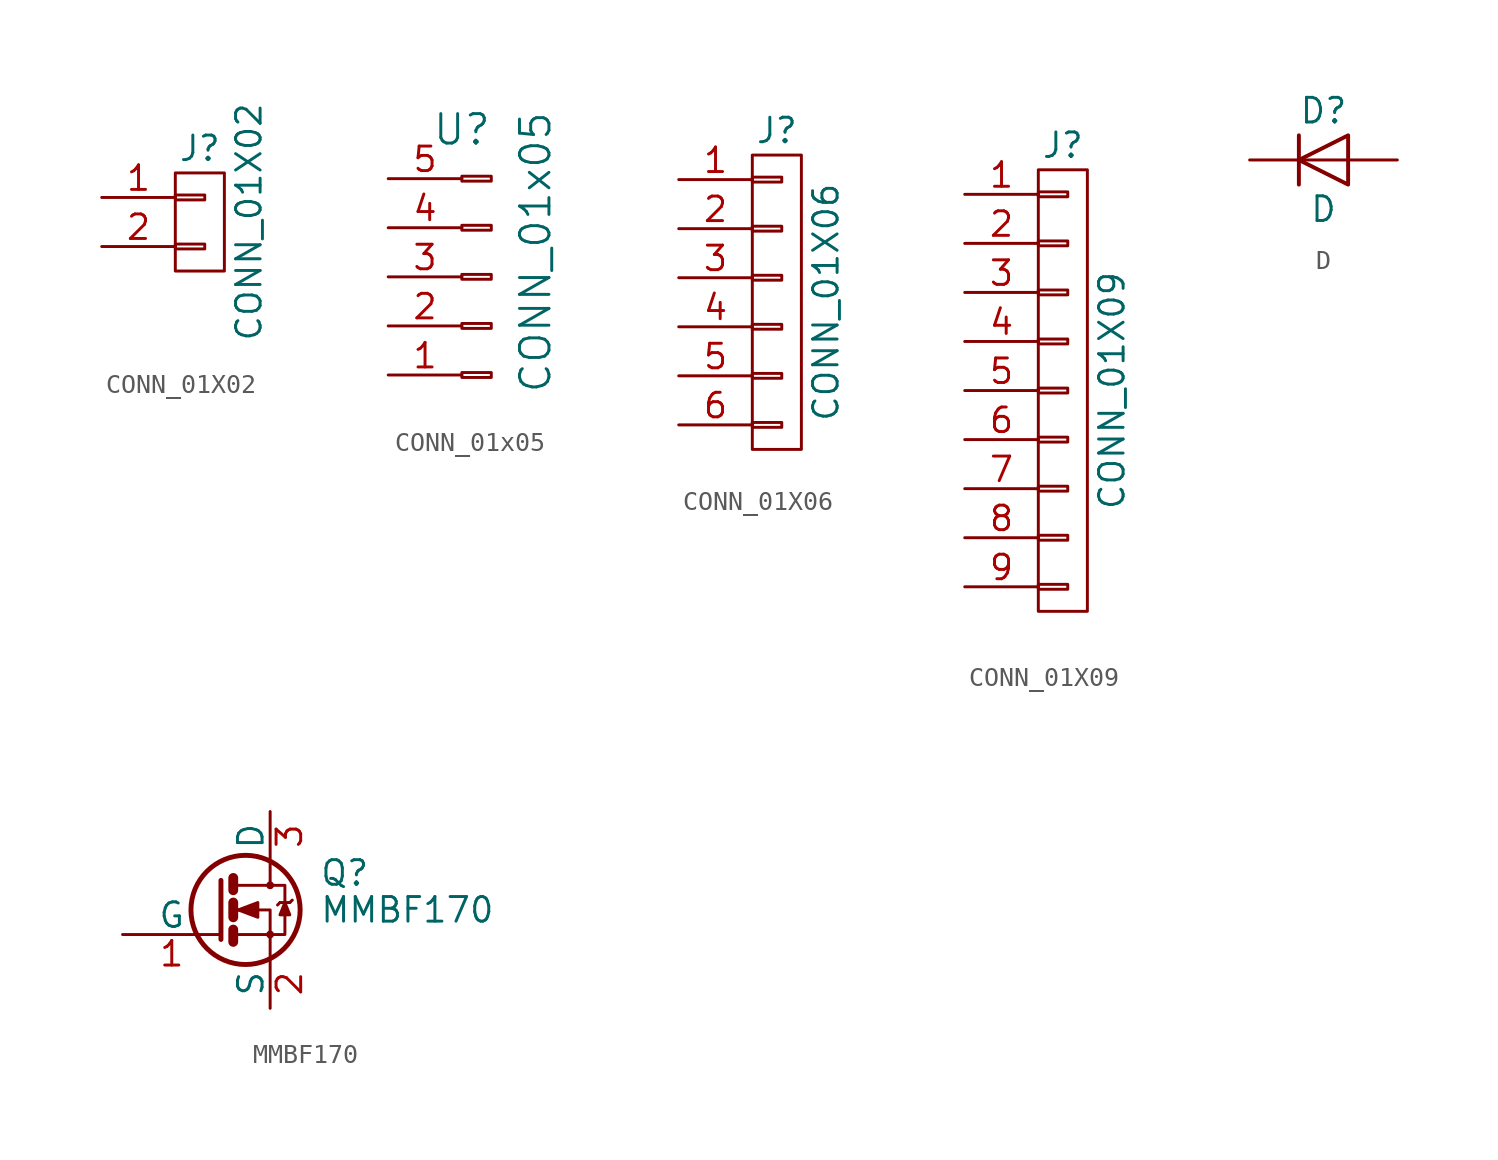
<source format=kicad_sym>
(kicad_symbol_lib
  (version 20211014)
  (generator kicad_symbol_editor)
  (symbol "CONN_01X02"
    (pin_names
      (offset 1.016) hide)
    (property "Reference" "J"
      (at 0 3.81 0)
      (effects (font (size 1.27 1.27))))
    (property "Value" "CONN_01X02"
      (at 2.54 0 90)
      (effects (font (size 1.27 1.27))))
    (symbol "CONN_01X02_0_1"
      (rectangle (start -1.27 -1.143) (end 0.254 -1.397) (stroke (width 0) (type default) (color 0 0 0 0)) (fill (type none)))
      (rectangle (start -1.27 1.397) (end 0.254 1.143) (stroke (width 0) (type default) (color 0 0 0 0)) (fill (type none)))
      (rectangle (start -1.27 2.54) (end 1.27 -2.54) (stroke (width 0) (type default) (color 0 0 0 0)) (fill (type none))))
    (symbol "CONN_01X02_1_1"
      (pin passive line (at -5.08 1.27 0) (length 3.81) (name "P1" (effects (font (size 1.27 1.27)))) (number "1" (effects (font (size 1.27 1.27)))))
      (pin passive line (at -5.08 -1.27 0) (length 3.81) (name "P2" (effects (font (size 1.27 1.27)))) (number "2" (effects (font (size 1.27 1.27)))))))
  (symbol "CONN_01x05"
    (pin_names
      (offset 1.016))
    (property "Reference" "U"
      (at 0 2.54 0)
      (effects (font (size 1.524 1.524))))
    (property "Value" "CONN_01x05"
      (at 3.81 -3.81 90)
      (effects (font (size 1.524 1.524))))
    (symbol "CONN_01x05_1_1"
      (rectangle (start 0 -10.033) (end 1.524 -10.287) (stroke (width 0) (type default) (color 0 0 0 0)) (fill (type none)))
      (rectangle (start 0 -7.493) (end 1.524 -7.747) (stroke (width 0) (type default) (color 0 0 0 0)) (fill (type none)))
      (rectangle (start 0 -4.953) (end 1.524 -5.207) (stroke (width 0) (type default) (color 0 0 0 0)) (fill (type none)))
      (rectangle (start 0 -2.413) (end 1.524 -2.667) (stroke (width 0) (type default) (color 0 0 0 0)) (fill (type none)))
      (rectangle (start 0 0.127) (end 1.524 -0.127) (stroke (width 0) (type default) (color 0 0 0 0)) (fill (type none)))
      (pin passive line (at -3.81 -10.16 0) (length 3.81) (name "~" (effects (font (size 1.27 1.27)))) (number "1" (effects (font (size 1.27 1.27)))))
      (pin passive line (at -3.81 -7.62 0) (length 3.81) (name "~" (effects (font (size 1.27 1.27)))) (number "2" (effects (font (size 1.27 1.27)))))
      (pin passive line (at -3.81 -5.08 0) (length 3.81) (name "~" (effects (font (size 1.27 1.27)))) (number "3" (effects (font (size 1.27 1.27)))))
      (pin passive line (at -3.81 -2.54 0) (length 3.81) (name "~" (effects (font (size 1.27 1.27)))) (number "4" (effects (font (size 1.27 1.27)))))
      (pin passive line (at -3.81 0 0) (length 3.81) (name "~" (effects (font (size 1.27 1.27)))) (number "5" (effects (font (size 1.27 1.27)))))))
  (symbol "CONN_01X06"
    (pin_names
      (offset 1.016) hide)
    (property "Reference" "J"
      (at 0 8.89 0)
      (effects (font (size 1.27 1.27))))
    (property "Value" "CONN_01X06"
      (at 2.54 0 90)
      (effects (font (size 1.27 1.27))))
    (symbol "CONN_01X06_0_1"
      (rectangle (start -1.27 -6.223) (end 0.254 -6.477) (stroke (width 0) (type default) (color 0 0 0 0)) (fill (type none)))
      (rectangle (start -1.27 -3.683) (end 0.254 -3.937) (stroke (width 0) (type default) (color 0 0 0 0)) (fill (type none)))
      (rectangle (start -1.27 -1.143) (end 0.254 -1.397) (stroke (width 0) (type default) (color 0 0 0 0)) (fill (type none)))
      (rectangle (start -1.27 1.397) (end 0.254 1.143) (stroke (width 0) (type default) (color 0 0 0 0)) (fill (type none)))
      (rectangle (start -1.27 3.937) (end 0.254 3.683) (stroke (width 0) (type default) (color 0 0 0 0)) (fill (type none)))
      (rectangle (start -1.27 6.477) (end 0.254 6.223) (stroke (width 0) (type default) (color 0 0 0 0)) (fill (type none)))
      (rectangle (start -1.27 7.62) (end 1.27 -7.62) (stroke (width 0) (type default) (color 0 0 0 0)) (fill (type none))))
    (symbol "CONN_01X06_1_1"
      (pin passive line (at -5.08 6.35 0) (length 3.81) (name "P1" (effects (font (size 1.27 1.27)))) (number "1" (effects (font (size 1.27 1.27)))))
      (pin passive line (at -5.08 3.81 0) (length 3.81) (name "P2" (effects (font (size 1.27 1.27)))) (number "2" (effects (font (size 1.27 1.27)))))
      (pin passive line (at -5.08 1.27 0) (length 3.81) (name "P3" (effects (font (size 1.27 1.27)))) (number "3" (effects (font (size 1.27 1.27)))))
      (pin passive line (at -5.08 -1.27 0) (length 3.81) (name "P4" (effects (font (size 1.27 1.27)))) (number "4" (effects (font (size 1.27 1.27)))))
      (pin passive line (at -5.08 -3.81 0) (length 3.81) (name "P5" (effects (font (size 1.27 1.27)))) (number "5" (effects (font (size 1.27 1.27)))))
      (pin passive line (at -5.08 -6.35 0) (length 3.81) (name "P6" (effects (font (size 1.27 1.27)))) (number "6" (effects (font (size 1.27 1.27)))))))
  (symbol "CONN_01X09"
    (pin_names
      (offset 1.016) hide)
    (property "Reference" "J"
      (at 0 12.7 0)
      (effects (font (size 1.27 1.27))))
    (property "Value" "CONN_01X09"
      (at 2.54 0 90)
      (effects (font (size 1.27 1.27))))
    (symbol "CONN_01X09_0_1"
      (rectangle (start -1.27 -10.033) (end 0.254 -10.287) (stroke (width 0) (type default) (color 0 0 0 0)) (fill (type none)))
      (rectangle (start -1.27 -7.493) (end 0.254 -7.747) (stroke (width 0) (type default) (color 0 0 0 0)) (fill (type none)))
      (rectangle (start -1.27 -4.953) (end 0.254 -5.207) (stroke (width 0) (type default) (color 0 0 0 0)) (fill (type none)))
      (rectangle (start -1.27 -2.413) (end 0.254 -2.667) (stroke (width 0) (type default) (color 0 0 0 0)) (fill (type none)))
      (rectangle (start -1.27 0.127) (end 0.254 -0.127) (stroke (width 0) (type default) (color 0 0 0 0)) (fill (type none)))
      (rectangle (start -1.27 2.667) (end 0.254 2.413) (stroke (width 0) (type default) (color 0 0 0 0)) (fill (type none)))
      (rectangle (start -1.27 5.207) (end 0.254 4.953) (stroke (width 0) (type default) (color 0 0 0 0)) (fill (type none)))
      (rectangle (start -1.27 7.747) (end 0.254 7.493) (stroke (width 0) (type default) (color 0 0 0 0)) (fill (type none)))
      (rectangle (start -1.27 10.287) (end 0.254 10.033) (stroke (width 0) (type default) (color 0 0 0 0)) (fill (type none)))
      (rectangle (start -1.27 11.43) (end 1.27 -11.43) (stroke (width 0) (type default) (color 0 0 0 0)) (fill (type none))))
    (symbol "CONN_01X09_1_1"
      (pin passive line (at -5.08 10.16 0) (length 3.81) (name "P1" (effects (font (size 1.27 1.27)))) (number "1" (effects (font (size 1.27 1.27)))))
      (pin passive line (at -5.08 7.62 0) (length 3.81) (name "P2" (effects (font (size 1.27 1.27)))) (number "2" (effects (font (size 1.27 1.27)))))
      (pin passive line (at -5.08 5.08 0) (length 3.81) (name "P3" (effects (font (size 1.27 1.27)))) (number "3" (effects (font (size 1.27 1.27)))))
      (pin passive line (at -5.08 2.54 0) (length 3.81) (name "P4" (effects (font (size 1.27 1.27)))) (number "4" (effects (font (size 1.27 1.27)))))
      (pin passive line (at -5.08 0 0) (length 3.81) (name "P5" (effects (font (size 1.27 1.27)))) (number "5" (effects (font (size 1.27 1.27)))))
      (pin passive line (at -5.08 -2.54 0) (length 3.81) (name "P6" (effects (font (size 1.27 1.27)))) (number "6" (effects (font (size 1.27 1.27)))))
      (pin passive line (at -5.08 -5.08 0) (length 3.81) (name "P7" (effects (font (size 1.27 1.27)))) (number "7" (effects (font (size 1.27 1.27)))))
      (pin passive line (at -5.08 -7.62 0) (length 3.81) (name "P8" (effects (font (size 1.27 1.27)))) (number "8" (effects (font (size 1.27 1.27)))))
      (pin passive line (at -5.08 -10.16 0) (length 3.81) (name "P9" (effects (font (size 1.27 1.27)))) (number "9" (effects (font (size 1.27 1.27)))))))
  (symbol "D"
    (pin_numbers hide)
    (pin_names
      (offset 1.016) hide)
    (property "Reference" "D"
      (at 0 2.54 0)
      (effects (font (size 1.27 1.27))))
    (property "Value" "D"
      (at 0 -2.54 0)
      (effects (font (size 1.27 1.27))))
    (symbol "D_0_1"
      (polyline (pts (xy -1.27 1.27) (xy -1.27 -1.27)) (stroke (width 0.203) (type default) (color 0 0 0 0)) (fill (type none)))
      (polyline (pts (xy 1.27 0) (xy -1.27 0)) (stroke (width 0) (type default) (color 0 0 0 0)) (fill (type none)))
      (polyline (pts (xy 1.27 1.27) (xy 1.27 -1.27) (xy -1.27 0) (xy 1.27 1.27)) (stroke (width 0.203) (type default) (color 0 0 0 0)) (fill (type none))))
    (symbol "D_1_1"
      (pin passive line (at -3.81 0 0) (length 2.54) (name "K" (effects (font (size 1.27 1.27)))) (number "1" (effects (font (size 1.27 1.27)))))
      (pin passive line (at 3.81 0 180) (length 2.54) (name "A" (effects (font (size 1.27 1.27)))) (number "2" (effects (font (size 1.27 1.27)))))))
  (symbol "MMBF170"
    (pin_names
      (offset 0))
    (property "Reference" "Q"
      (at 5.08 1.905 0)
      (effects (font (size 1.27 1.27)) (justify left)))
    (property "Value" "MMBF170"
      (at 5.08 0 0)
      (effects (font (size 1.27 1.27)) (justify left)))
    (symbol "MMBF170_0_1"
      (polyline (pts (xy 0.635 -1.016) (xy 0.635 -1.651)) (stroke (width 0.508) (type default) (color 0 0 0 0)) (fill (type none)))
      (polyline (pts (xy 0.635 0.381) (xy 0.635 -0.381)) (stroke (width 0.508) (type default) (color 0 0 0 0)) (fill (type none)))
      (polyline (pts (xy 0.635 1.651) (xy 0.635 1.016)) (stroke (width 0.508) (type default) (color 0 0 0 0)) (fill (type none)))
      (polyline (pts (xy 3.048 0.381) (xy 2.921 0.254)) (stroke (width 0) (type default) (color 0 0 0 0)) (fill (type none)))
      (polyline (pts (xy 3.048 0.381) (xy 3.556 0.381)) (stroke (width 0) (type default) (color 0 0 0 0)) (fill (type none)))
      (polyline (pts (xy 3.556 0.381) (xy 3.683 0.508)) (stroke (width 0) (type default) (color 0 0 0 0)) (fill (type none)))
      (polyline (pts (xy 0 1.524) (xy 0 -1.524) (xy 0 -1.524)) (stroke (width 0.254) (type default) (color 0 0 0 0)) (fill (type none)))
      (polyline (pts (xy 0.762 -1.27) (xy 2.54 -1.27) (xy 2.54 -2.54) (xy 2.54 -2.54)) (stroke (width 0) (type default) (color 0 0 0 0)) (fill (type none)))
      (polyline (pts (xy 0.762 1.27) (xy 2.54 1.27) (xy 2.54 2.54) (xy 2.54 2.54)) (stroke (width 0) (type default) (color 0 0 0 0)) (fill (type none)))
      (polyline (pts (xy 2.54 1.27) (xy 3.302 1.27) (xy 3.302 -1.27) (xy 2.54 -1.27)) (stroke (width 0) (type default) (color 0 0 0 0)) (fill (type none)))
      (polyline (pts (xy 3.302 0.381) (xy 3.048 -0.254) (xy 3.556 -0.254) (xy 3.302 0.381)) (stroke (width 0) (type default) (color 0 0 0 0)) (fill (type outline)))
      (polyline (pts (xy 0.762 0) (xy 1.27 0) (xy 2.54 0) (xy 2.54 -1.27) (xy 2.54 -1.27)) (stroke (width 0) (type default) (color 0 0 0 0)) (fill (type none)))
      (polyline (pts (xy 0.889 0) (xy 1.905 0.381) (xy 1.905 -0.381) (xy 0.889 0) (xy 1.016 0) (xy 1.016 0)) (stroke (width 0) (type default) (color 0 0 0 0)) (fill (type outline)))
      (circle (center 1.27 0) (radius 2.819) (stroke (width 0.254) (type default) (color 0 0 0 0)) (fill (type none)))
      (circle (center 2.54 -1.27) (radius 0.127) (stroke (width 0) (type default) (color 0 0 0 0)) (fill (type none)))
      (circle (center 2.54 1.27) (radius 0.127) (stroke (width 0) (type default) (color 0 0 0 0)) (fill (type none))))
    (symbol "MMBF170_1_1"
      (pin input line (at -5.08 -1.27 0) (length 5.08) (name "G" (effects (font (size 1.27 1.27)))) (number "1" (effects (font (size 1.27 1.27)))))
      (pin passive line (at 2.54 -5.08 90) (length 2.54) (name "S" (effects (font (size 1.27 1.27)))) (number "2" (effects (font (size 1.27 1.27)))))
      (pin passive line (at 2.54 5.08 270) (length 2.54) (name "D" (effects (font (size 1.27 1.27)))) (number "3" (effects (font (size 1.27 1.27))))))))
</source>
